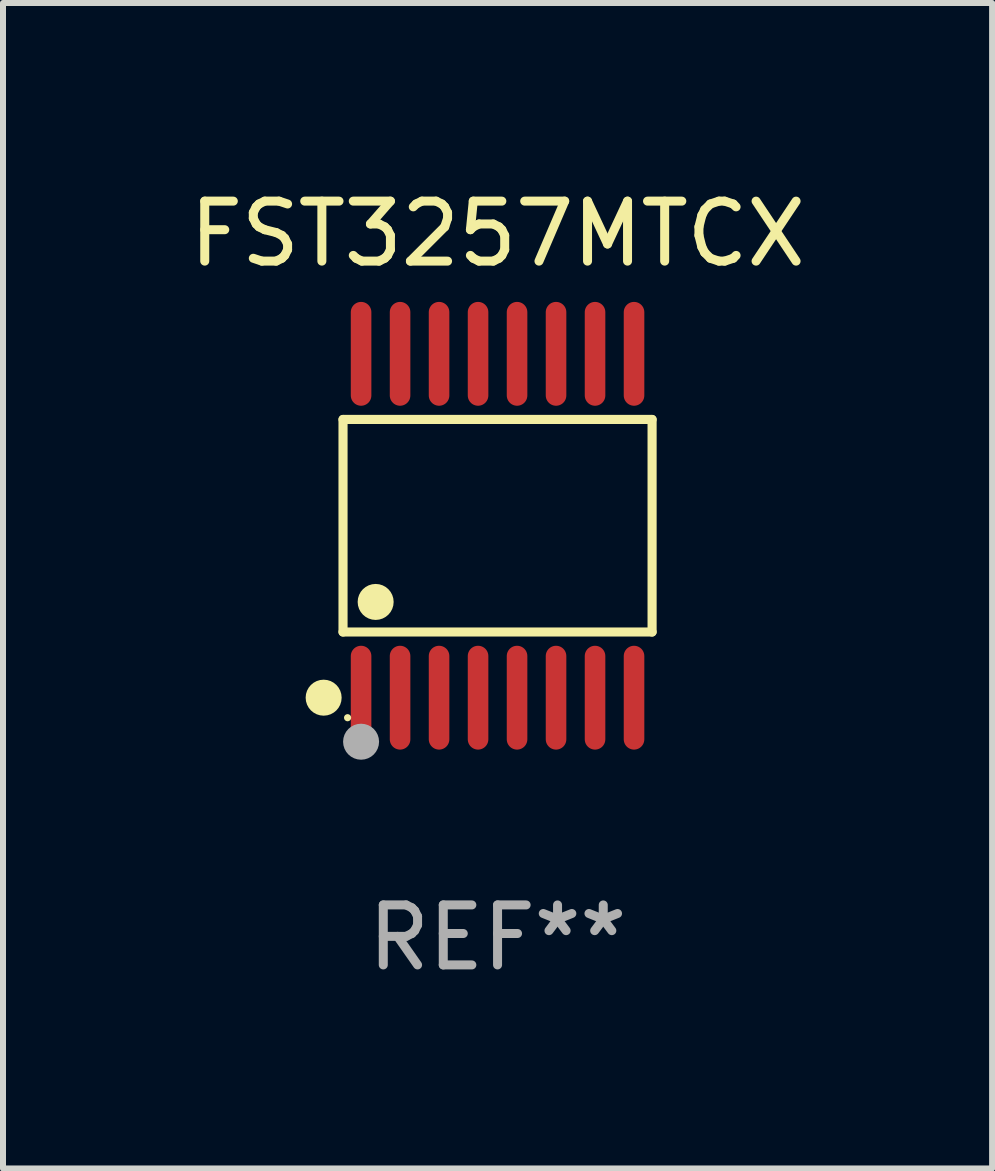
<source format=kicad_pcb>
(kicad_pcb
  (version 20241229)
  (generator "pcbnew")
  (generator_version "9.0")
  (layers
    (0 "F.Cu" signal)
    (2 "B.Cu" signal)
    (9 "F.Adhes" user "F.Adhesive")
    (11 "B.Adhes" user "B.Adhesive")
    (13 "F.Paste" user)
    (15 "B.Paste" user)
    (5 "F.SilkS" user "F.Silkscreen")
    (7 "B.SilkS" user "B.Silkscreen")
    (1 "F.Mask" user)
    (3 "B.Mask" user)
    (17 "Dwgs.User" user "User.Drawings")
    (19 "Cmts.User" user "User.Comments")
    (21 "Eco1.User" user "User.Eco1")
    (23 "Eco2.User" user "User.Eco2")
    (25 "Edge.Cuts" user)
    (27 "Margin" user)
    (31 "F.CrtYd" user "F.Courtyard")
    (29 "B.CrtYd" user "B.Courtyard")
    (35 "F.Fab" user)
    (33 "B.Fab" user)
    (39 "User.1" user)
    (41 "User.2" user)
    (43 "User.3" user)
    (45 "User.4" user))
  (footprint "FST3257MTCX"
    (layer "F.Cu")
    (at 5.244 5.714)
    (property "Reference" "FST3257MTCX" (at 0 -4.866 0) (layer "F.SilkS") (effects (font (size 1 1) (thickness 0.15))))
    (attr through_hole)
    (fp_line (start -2.576 -1.772) (end 2.576 -1.772) (stroke (width 0.152) (type solid)) (layer "F.SilkS"))
    (fp_line (start -2.576 1.771) (end -2.576 -1.772) (stroke (width 0.152) (type solid)) (layer "F.SilkS"))
    (fp_line (start 2.576 -1.772) (end 2.576 1.771) (stroke (width 0.152) (type solid)) (layer "F.SilkS"))
    (fp_line (start 2.576 1.771) (end -2.576 1.771) (stroke (width 0.152) (type solid)) (layer "F.SilkS"))
    (fp_circle (center -2.899 2.866) (end -2.749 2.866) (stroke (width 0.3) (type solid)) (fill no) (layer "F.SilkS"))
    (fp_circle (center -2.5 3.2) (end -2.47 3.2) (stroke (width 0.06) (type solid)) (fill no) (layer "F.SilkS"))
    (fp_circle (center -2.032 1.27) (end -1.882 1.27) (stroke (width 0.3) (type solid)) (fill no) (layer "F.SilkS"))
    (fp_circle (center -2.275 3.6) (end -2.125 3.6) (stroke (width 0.3) (type solid)) (fill no) (layer "F.Fab"))
    (fp_text user "REF**" (at 0 6.866 0) (layer "F.Fab") (effects (font (size 1 1) (thickness 0.15))))
    (pad "1" smd oval (at -2.275 2.866) (size 0.343 1.731) (layers "F.Cu" "F.Mask" "F.Paste"))
    (pad "2" smd oval (at -1.625 2.866) (size 0.343 1.731) (layers "F.Cu" "F.Mask" "F.Paste"))
    (pad "3" smd oval (at -0.975 2.866) (size 0.343 1.731) (layers "F.Cu" "F.Mask" "F.Paste"))
    (pad "4" smd oval (at -0.325 2.866) (size 0.343 1.731) (layers "F.Cu" "F.Mask" "F.Paste"))
    (pad "5" smd oval (at 0.325 2.866) (size 0.343 1.731) (layers "F.Cu" "F.Mask" "F.Paste"))
    (pad "6" smd oval (at 0.975 2.866) (size 0.343 1.731) (layers "F.Cu" "F.Mask" "F.Paste"))
    (pad "7" smd oval (at 1.625 2.866) (size 0.343 1.731) (layers "F.Cu" "F.Mask" "F.Paste"))
    (pad "8" smd oval (at 2.275 2.866) (size 0.343 1.731) (layers "F.Cu" "F.Mask" "F.Paste"))
    (pad "9" smd oval (at 2.275 -2.866) (size 0.343 1.731) (layers "F.Cu" "F.Mask" "F.Paste"))
    (pad "10" smd oval (at 1.625 -2.866) (size 0.343 1.731) (layers "F.Cu" "F.Mask" "F.Paste"))
    (pad "11" smd oval (at 0.975 -2.866) (size 0.343 1.731) (layers "F.Cu" "F.Mask" "F.Paste"))
    (pad "12" smd oval (at 0.325 -2.866) (size 0.343 1.731) (layers "F.Cu" "F.Mask" "F.Paste"))
    (pad "13" smd oval (at -0.325 -2.866) (size 0.343 1.731) (layers "F.Cu" "F.Mask" "F.Paste"))
    (pad "14" smd oval (at -0.975 -2.866) (size 0.343 1.731) (layers "F.Cu" "F.Mask" "F.Paste"))
    (pad "15" smd oval (at -1.625 -2.866) (size 0.343 1.731) (layers "F.Cu" "F.Mask" "F.Paste"))
    (pad "16" smd oval (at -2.275 -2.866) (size 0.343 1.731) (layers "F.Cu" "F.Mask" "F.Paste")))
  (gr_rect
    (start -3 -3)
    (end 13.488 16.428)
    (stroke (width 0.1) (type default))
    (fill no)
    (layer "Edge.Cuts")))
</source>
